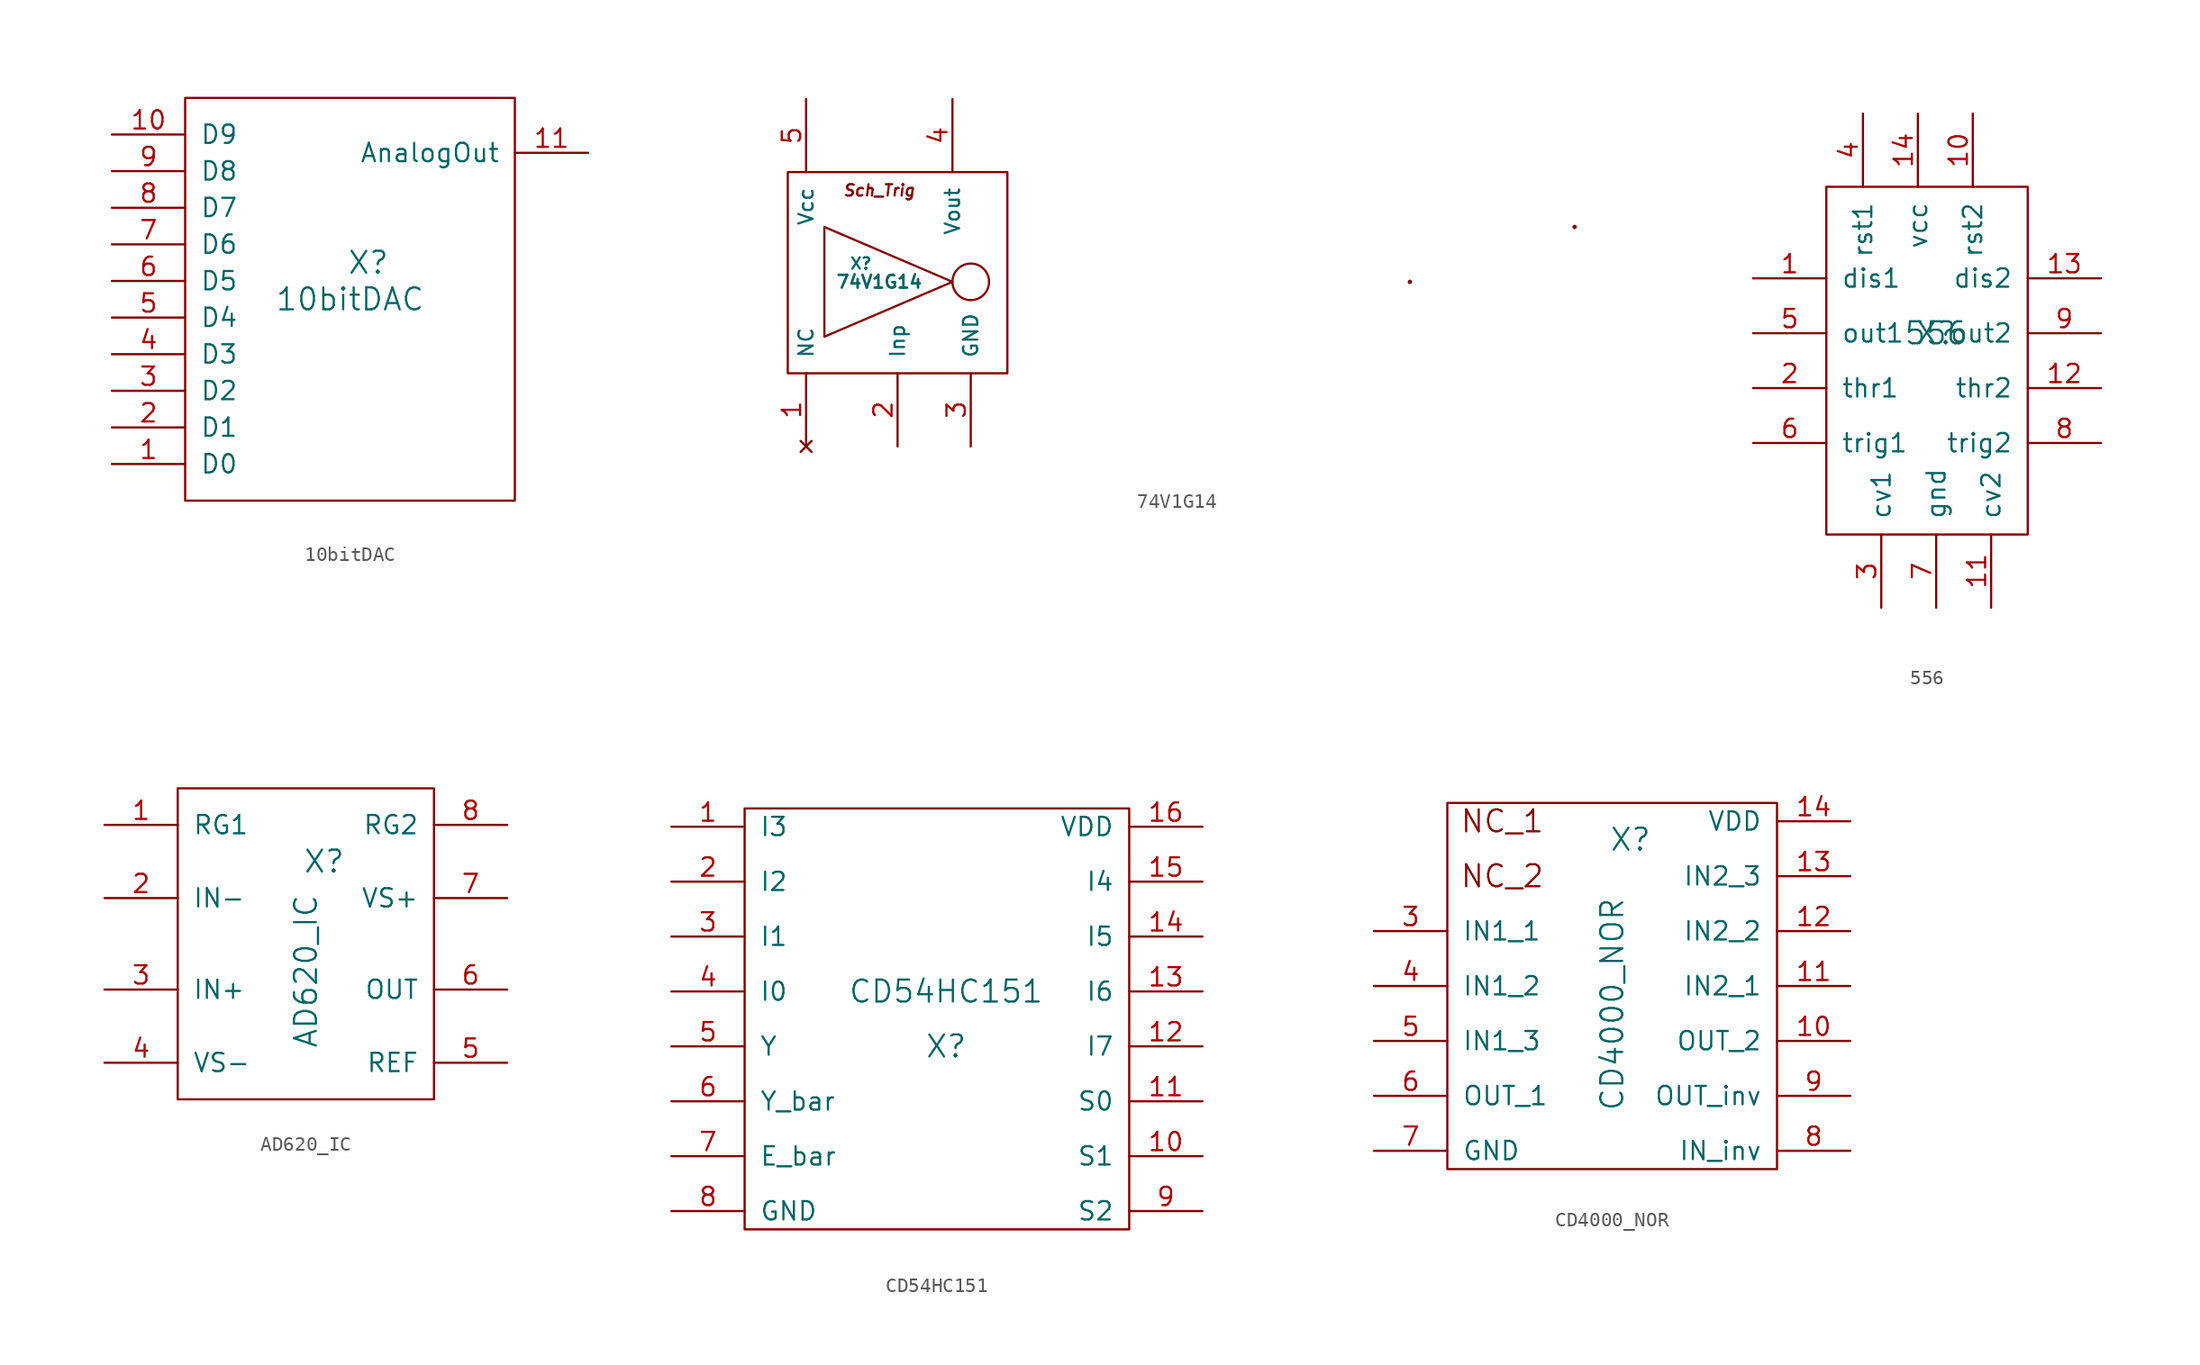
<source format=kicad_sym>
(kicad_symbol_lib
  (version 20211014)
  (generator kicad_symbol_editor)
  (symbol "10bitDAC"
    (pin_names
      (offset 1.016))
    (property "Reference" "X"
      (at 0 1.27 0)
      (effects (font (size 1.524 1.524))))
    (property "Value" "10bitDAC"
      (at -1.27 -1.27 0)
      (effects (font (size 1.524 1.524))))
    (symbol "10bitDAC_0_1"
      (rectangle (start -12.7 12.7) (end 10.16 -15.24) (stroke (width 0) (type default) (color 0 0 0 0)) (fill (type none))))
    (symbol "10bitDAC_1_1"
      (pin input line (at -17.78 -12.7 0) (length 5.08) (name "D0" (effects (font (size 1.27 1.27)))) (number "1" (effects (font (size 1.27 1.27)))))
      (pin input line (at -17.78 10.16 0) (length 5.08) (name "D9" (effects (font (size 1.27 1.27)))) (number "10" (effects (font (size 1.27 1.27)))))
      (pin output line (at 15.24 8.89 180) (length 5.08) (name "AnalogOut" (effects (font (size 1.27 1.27)))) (number "11" (effects (font (size 1.27 1.27)))))
      (pin input line (at -17.78 -10.16 0) (length 5.08) (name "D1" (effects (font (size 1.27 1.27)))) (number "2" (effects (font (size 1.27 1.27)))))
      (pin input line (at -17.78 -7.62 0) (length 5.08) (name "D2" (effects (font (size 1.27 1.27)))) (number "3" (effects (font (size 1.27 1.27)))))
      (pin input line (at -17.78 -5.08 0) (length 5.08) (name "D3" (effects (font (size 1.27 1.27)))) (number "4" (effects (font (size 1.27 1.27)))))
      (pin input line (at -17.78 -2.54 0) (length 5.08) (name "D4" (effects (font (size 1.27 1.27)))) (number "5" (effects (font (size 1.27 1.27)))))
      (pin input line (at -17.78 0 0) (length 5.08) (name "D5" (effects (font (size 1.27 1.27)))) (number "6" (effects (font (size 1.27 1.27)))))
      (pin input line (at -17.78 2.54 0) (length 5.08) (name "D6" (effects (font (size 1.27 1.27)))) (number "7" (effects (font (size 1.27 1.27)))))
      (pin input line (at -17.78 5.08 0) (length 5.08) (name "D7" (effects (font (size 1.27 1.27)))) (number "8" (effects (font (size 1.27 1.27)))))
      (pin input line (at -17.78 7.62 0) (length 5.08) (name "D8" (effects (font (size 1.27 1.27)))) (number "9" (effects (font (size 1.27 1.27)))))))
  (symbol "74V1G14"
    (pin_names
      (offset 1.016))
    (property "Reference" "X"
      (at -1.27 1.27 0)
      (effects (font (size 0.787 0.787))))
    (property "Value" "74V1G14"
      (at 0 0 0)
      (effects (font (size 0.889 0.889) bold)))
    (symbol "74V1G14_0_0"
      (text "Sch_Trig" (at 0 6.35 0) (effects (font (size 0.787 0.787) italic))))
    (symbol "74V1G14_0_1"
      (rectangle (start -6.35 7.62) (end 8.89 -6.35) (stroke (width 0) (type default) (color 0 0 0 0)) (fill (type none)))
      (polyline (pts (xy 5.08 0) (xy -3.81 -3.81) (xy -3.81 2.54) (xy -3.81 3.81) (xy 5.08 0)) (stroke (width 0) (type default) (color 0 0 0 0)) (fill (type none)))
      (circle (center 6.35 0) (radius 1.27) (stroke (width 0) (type default) (color 0 0 0 0)) (fill (type none)))
      (circle (center 36.83 0) (radius 0.0001) (stroke (width 0) (type default) (color 0 0 0 0)) (fill (type none)))
      (circle (center 48.26 3.81) (radius 0.0001) (stroke (width 0) (type default) (color 0 0 0 0)) (fill (type none))))
    (symbol "74V1G14_1_1"
      (pin no_connect line (at -5.08 -11.43 90) (length 5.08) (name "NC" (effects (font (size 0.991 0.991)))) (number "1" (effects (font (size 1.27 1.27)))))
      (pin input line (at 1.27 -11.43 90) (length 5.08) (name "Inp" (effects (font (size 0.991 0.991)))) (number "2" (effects (font (size 1.27 1.27)))))
      (pin input line (at 6.35 -11.43 90) (length 5.08) (name "GND" (effects (font (size 0.991 0.991)))) (number "3" (effects (font (size 1.27 1.27)))))
      (pin output line (at 5.08 12.7 270) (length 5.08) (name "Vout" (effects (font (size 0.991 0.991)))) (number "4" (effects (font (size 1.27 1.27)))))
      (pin input line (at -5.08 12.7 270) (length 5.08) (name "Vcc" (effects (font (size 0.991 0.991)))) (number "5" (effects (font (size 1.27 1.27)))))))
  (symbol "556"
    (pin_names
      (offset 1.016))
    (property "Reference" "X"
      (at 0 0 0)
      (effects (font (size 1.524 1.524))))
    (property "Value" "556"
      (at 0 0 0)
      (effects (font (size 1.524 1.524))))
    (property "Footprint" ""
      (at 0 0 0)
      (effects (font (size 1.524 1.524))))
    (property "Datasheet" ""
      (at 0 0 0)
      (effects (font (size 1.524 1.524))))
    (symbol "556_0_1"
      (rectangle (start -7.62 10.16) (end 6.35 -13.97) (stroke (width 0) (type default) (color 0 0 0 0)) (fill (type none))))
    (symbol "556_1_1"
      (pin input line (at -12.7 3.81 0) (length 5.08) (name "dis1" (effects (font (size 1.27 1.27)))) (number "1" (effects (font (size 1.27 1.27)))))
      (pin input line (at 2.54 15.24 270) (length 5.08) (name "rst2" (effects (font (size 1.27 1.27)))) (number "10" (effects (font (size 1.27 1.27)))))
      (pin input line (at 3.81 -19.05 90) (length 5.08) (name "cv2" (effects (font (size 1.27 1.27)))) (number "11" (effects (font (size 1.27 1.27)))))
      (pin input line (at 11.43 -3.81 180) (length 5.08) (name "thr2" (effects (font (size 1.27 1.27)))) (number "12" (effects (font (size 1.27 1.27)))))
      (pin input line (at 11.43 3.81 180) (length 5.08) (name "dis2" (effects (font (size 1.27 1.27)))) (number "13" (effects (font (size 1.27 1.27)))))
      (pin input line (at -1.27 15.24 270) (length 5.08) (name "vcc" (effects (font (size 1.27 1.27)))) (number "14" (effects (font (size 1.27 1.27)))))
      (pin input line (at -12.7 -3.81 0) (length 5.08) (name "thr1" (effects (font (size 1.27 1.27)))) (number "2" (effects (font (size 1.27 1.27)))))
      (pin input line (at -3.81 -19.05 90) (length 5.08) (name "cv1" (effects (font (size 1.27 1.27)))) (number "3" (effects (font (size 1.27 1.27)))))
      (pin input line (at -5.08 15.24 270) (length 5.08) (name "rst1" (effects (font (size 1.27 1.27)))) (number "4" (effects (font (size 1.27 1.27)))))
      (pin output line (at -12.7 0 0) (length 5.08) (name "out1" (effects (font (size 1.27 1.27)))) (number "5" (effects (font (size 1.27 1.27)))))
      (pin input line (at -12.7 -7.62 0) (length 5.08) (name "trig1" (effects (font (size 1.27 1.27)))) (number "6" (effects (font (size 1.27 1.27)))))
      (pin input line (at 0 -19.05 90) (length 5.08) (name "gnd" (effects (font (size 1.27 1.27)))) (number "7" (effects (font (size 1.27 1.27)))))
      (pin input line (at 11.43 -7.62 180) (length 5.08) (name "trig2" (effects (font (size 1.27 1.27)))) (number "8" (effects (font (size 1.27 1.27)))))
      (pin output line (at 11.43 0 180) (length 5.08) (name "out2" (effects (font (size 1.27 1.27)))) (number "9" (effects (font (size 1.27 1.27)))))))
  (symbol "AD620_IC"
    (pin_names
      (offset 1.016))
    (property "Reference" "X"
      (at 1.27 5.08 0)
      (effects (font (size 1.524 1.524))))
    (property "Value" "AD620_IC"
      (at 0 -2.54 90)
      (effects (font (size 1.524 1.524))))
    (symbol "AD620_IC_0_1"
      (rectangle (start -8.89 10.16) (end 8.89 -11.43) (stroke (width 0) (type default) (color 0 0 0 0)) (fill (type none))))
    (symbol "AD620_IC_1_1"
      (pin input line (at -13.97 7.62 0) (length 5.08) (name "RG1" (effects (font (size 1.27 1.27)))) (number "1" (effects (font (size 1.27 1.27)))))
      (pin input line (at -13.97 2.54 0) (length 5.08) (name "IN-" (effects (font (size 1.27 1.27)))) (number "2" (effects (font (size 1.27 1.27)))))
      (pin input line (at -13.97 -3.81 0) (length 5.08) (name "IN+" (effects (font (size 1.27 1.27)))) (number "3" (effects (font (size 1.27 1.27)))))
      (pin input line (at -13.97 -8.89 0) (length 5.08) (name "VS-" (effects (font (size 1.27 1.27)))) (number "4" (effects (font (size 1.27 1.27)))))
      (pin input line (at 13.97 -8.89 180) (length 5.08) (name "REF" (effects (font (size 1.27 1.27)))) (number "5" (effects (font (size 1.27 1.27)))))
      (pin output line (at 13.97 -3.81 180) (length 5.08) (name "OUT" (effects (font (size 1.27 1.27)))) (number "6" (effects (font (size 1.27 1.27)))))
      (pin input line (at 13.97 2.54 180) (length 5.08) (name "VS+" (effects (font (size 1.27 1.27)))) (number "7" (effects (font (size 1.27 1.27)))))
      (pin input line (at 13.97 7.62 180) (length 5.08) (name "RG2" (effects (font (size 1.27 1.27)))) (number "8" (effects (font (size 1.27 1.27)))))))
  (symbol "CD54HC151"
    (pin_names
      (offset 1.016))
    (property "Reference" "X"
      (at 1.27 -3.81 0)
      (effects (font (size 1.524 1.524))))
    (property "Value" "CD54HC151"
      (at 1.27 0 0)
      (effects (font (size 1.524 1.524))))
    (symbol "CD54HC151_0_1"
      (rectangle (start -12.7 12.7) (end 13.97 -16.51) (stroke (width 0) (type default) (color 0 0 0 0)) (fill (type none))))
    (symbol "CD54HC151_1_1"
      (pin input line (at -17.78 11.43 0) (length 5.08) (name "I3" (effects (font (size 1.27 1.27)))) (number "1" (effects (font (size 1.27 1.27)))))
      (pin input line (at 19.05 -11.43 180) (length 5.08) (name "S1" (effects (font (size 1.27 1.27)))) (number "10" (effects (font (size 1.27 1.27)))))
      (pin input line (at 19.05 -7.62 180) (length 5.08) (name "S0" (effects (font (size 1.27 1.27)))) (number "11" (effects (font (size 1.27 1.27)))))
      (pin input line (at 19.05 -3.81 180) (length 5.08) (name "I7" (effects (font (size 1.27 1.27)))) (number "12" (effects (font (size 1.27 1.27)))))
      (pin input line (at 19.05 0 180) (length 5.08) (name "I6" (effects (font (size 1.27 1.27)))) (number "13" (effects (font (size 1.27 1.27)))))
      (pin input line (at 19.05 3.81 180) (length 5.08) (name "I5" (effects (font (size 1.27 1.27)))) (number "14" (effects (font (size 1.27 1.27)))))
      (pin input line (at 19.05 7.62 180) (length 5.08) (name "I4" (effects (font (size 1.27 1.27)))) (number "15" (effects (font (size 1.27 1.27)))))
      (pin input line (at 19.05 11.43 180) (length 5.08) (name "VDD" (effects (font (size 1.27 1.27)))) (number "16" (effects (font (size 1.27 1.27)))))
      (pin input line (at -17.78 7.62 0) (length 5.08) (name "I2" (effects (font (size 1.27 1.27)))) (number "2" (effects (font (size 1.27 1.27)))))
      (pin input line (at -17.78 3.81 0) (length 5.08) (name "I1" (effects (font (size 1.27 1.27)))) (number "3" (effects (font (size 1.27 1.27)))))
      (pin input line (at -17.78 0 0) (length 5.08) (name "I0" (effects (font (size 1.27 1.27)))) (number "4" (effects (font (size 1.27 1.27)))))
      (pin output line (at -17.78 -3.81 0) (length 5.08) (name "Y" (effects (font (size 1.27 1.27)))) (number "5" (effects (font (size 1.27 1.27)))))
      (pin output line (at -17.78 -7.62 0) (length 5.08) (name "Y_bar" (effects (font (size 1.27 1.27)))) (number "6" (effects (font (size 1.27 1.27)))))
      (pin input line (at -17.78 -11.43 0) (length 5.08) (name "E_bar" (effects (font (size 1.27 1.27)))) (number "7" (effects (font (size 1.27 1.27)))))
      (pin input line (at -17.78 -15.24 0) (length 5.08) (name "GND" (effects (font (size 1.27 1.27)))) (number "8" (effects (font (size 1.27 1.27)))))
      (pin input line (at 19.05 -15.24 180) (length 5.08) (name "S2" (effects (font (size 1.27 1.27)))) (number "9" (effects (font (size 1.27 1.27)))))))
  (symbol "CD4000_NOR"
    (pin_names
      (offset 1.016))
    (property "Reference" "X"
      (at 1.27 8.89 0)
      (effects (font (size 1.524 1.524))))
    (property "Value" "CD4000_NOR"
      (at 0 -2.54 90)
      (effects (font (size 1.524 1.524))))
    (symbol "CD4000_NOR_0_0"
      (text "NC_1" (at -7.62 10.16 0) (effects (font (size 1.524 1.524))))
      (text "NC_2" (at -7.62 6.35 0) (effects (font (size 1.524 1.524)))))
    (symbol "CD4000_NOR_0_1"
      (rectangle (start -11.43 11.43) (end 11.43 -13.97) (stroke (width 0) (type default) (color 0 0 0 0)) (fill (type none))))
    (symbol "CD4000_NOR_1_1"
      (pin output line (at 16.51 -5.08 180) (length 5.08) (name "OUT_2" (effects (font (size 1.27 1.27)))) (number "10" (effects (font (size 1.27 1.27)))))
      (pin input line (at 16.51 -1.27 180) (length 5.08) (name "IN2_1" (effects (font (size 1.27 1.27)))) (number "11" (effects (font (size 1.27 1.27)))))
      (pin input line (at 16.51 2.54 180) (length 5.08) (name "IN2_2" (effects (font (size 1.27 1.27)))) (number "12" (effects (font (size 1.27 1.27)))))
      (pin input line (at 16.51 6.35 180) (length 5.08) (name "IN2_3" (effects (font (size 1.27 1.27)))) (number "13" (effects (font (size 1.27 1.27)))))
      (pin input line (at 16.51 10.16 180) (length 5.08) (name "VDD" (effects (font (size 1.27 1.27)))) (number "14" (effects (font (size 1.27 1.27)))))
      (pin input line (at -16.51 2.54 0) (length 5.08) (name "IN1_1" (effects (font (size 1.27 1.27)))) (number "3" (effects (font (size 1.27 1.27)))))
      (pin input line (at -16.51 -1.27 0) (length 5.08) (name "IN1_2" (effects (font (size 1.27 1.27)))) (number "4" (effects (font (size 1.27 1.27)))))
      (pin input line (at -16.51 -5.08 0) (length 5.08) (name "IN1_3" (effects (font (size 1.27 1.27)))) (number "5" (effects (font (size 1.27 1.27)))))
      (pin output line (at -16.51 -8.89 0) (length 5.08) (name "OUT_1" (effects (font (size 1.27 1.27)))) (number "6" (effects (font (size 1.27 1.27)))))
      (pin input line (at -16.51 -12.7 0) (length 5.08) (name "GND" (effects (font (size 1.27 1.27)))) (number "7" (effects (font (size 1.27 1.27)))))
      (pin input line (at 16.51 -12.7 180) (length 5.08) (name "IN_inv" (effects (font (size 1.27 1.27)))) (number "8" (effects (font (size 1.27 1.27)))))
      (pin output line (at 16.51 -8.89 180) (length 5.08) (name "OUT_inv" (effects (font (size 1.27 1.27)))) (number "9" (effects (font (size 1.27 1.27))))))))
</source>
